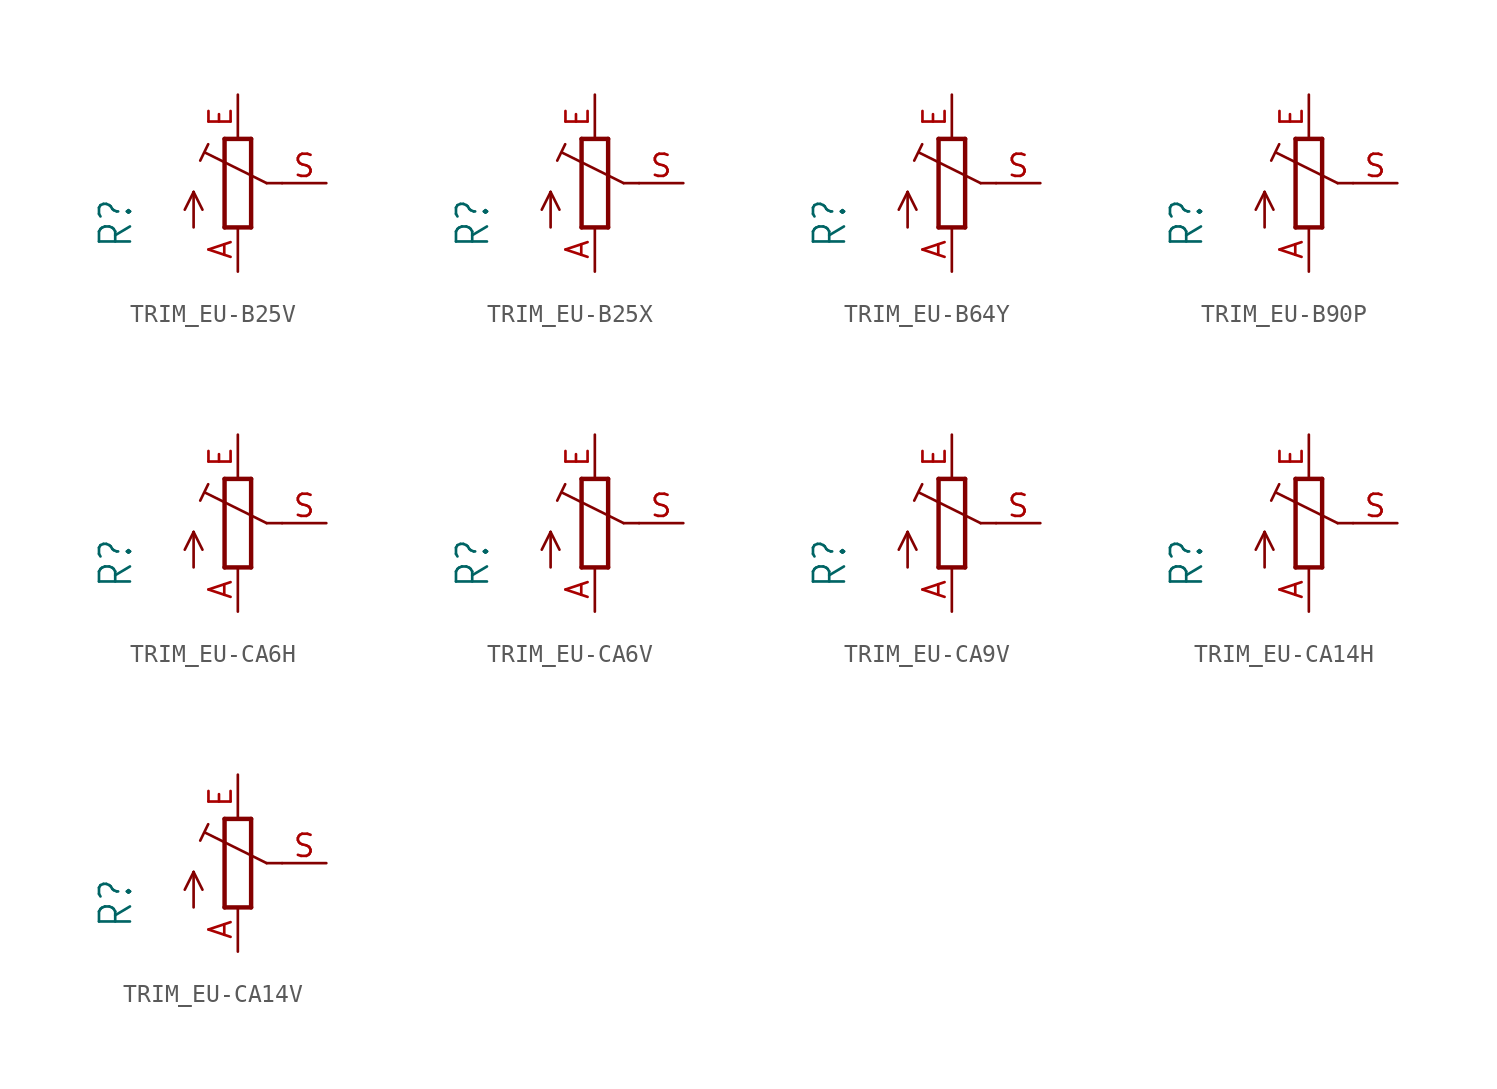
<source format=kicad_sym>
(kicad_symbol_lib
  (version 20231120)
  (generator "kicad_symbol_editor")
  (generator_version "8.0")
  (symbol "TRIM_EU-B25V"
    (property "Reference" "R"
      (at -5.969 -3.81 90)
      (effects (font (size 1.778 1.511)) (justify left bottom)))
    (property "Value" ""
      (at -3.81 -3.81 90)
      (effects (font (size 1.778 1.511)) (justify left bottom)))
    (property "ki_locked" ""
      (at 0 0 0)
      (effects (font (size 1.27 1.27))))
    (symbol "TRIM_EU-B25V_1_0"
      (polyline (pts (xy -2.54 -2.54) (xy -2.54 -0.508)) (stroke (width 0.152) (type solid)) (fill (type none)))
      (polyline (pts (xy -2.54 -0.508) (xy -3.048 -1.524)) (stroke (width 0.152) (type solid)) (fill (type none)))
      (polyline (pts (xy -2.54 -0.508) (xy -2.032 -1.524)) (stroke (width 0.152) (type solid)) (fill (type none)))
      (polyline (pts (xy -2.16 1.294) (xy -1.702 2.235)) (stroke (width 0.152) (type solid)) (fill (type none)))
      (polyline (pts (xy -0.762 -2.54) (xy 0.762 -2.54)) (stroke (width 0.254) (type solid)) (fill (type none)))
      (polyline (pts (xy -0.762 2.54) (xy -0.762 -2.54)) (stroke (width 0.254) (type solid)) (fill (type none)))
      (polyline (pts (xy 0.762 -2.54) (xy 0.762 2.54)) (stroke (width 0.254) (type solid)) (fill (type none)))
      (polyline (pts (xy 0.762 2.54) (xy -0.762 2.54)) (stroke (width 0.254) (type solid)) (fill (type none)))
      (polyline (pts (xy 1.651 0) (xy -1.88 1.753)) (stroke (width 0.152) (type solid)) (fill (type none)))
      (polyline (pts (xy 2.54 0) (xy 1.651 0)) (stroke (width 0.152) (type solid)) (fill (type none)))
      (pin passive line (at 0 -5.08 90) (length 2.54) (name "A" (effects (font (size 0 0)))) (number "A" (effects (font (size 1.27 1.27)))))
      (pin passive line (at 0 5.08 270) (length 2.54) (name "E" (effects (font (size 0 0)))) (number "E" (effects (font (size 1.27 1.27)))))
      (pin passive line (at 5.08 0 180) (length 2.54) (name "S" (effects (font (size 0 0)))) (number "S" (effects (font (size 1.27 1.27)))))))
  (symbol "TRIM_EU-B25X"
    (property "Reference" "R"
      (at -5.969 -3.81 90)
      (effects (font (size 1.778 1.511)) (justify left bottom)))
    (property "Value" ""
      (at -3.81 -3.81 90)
      (effects (font (size 1.778 1.511)) (justify left bottom)))
    (property "ki_locked" ""
      (at 0 0 0)
      (effects (font (size 1.27 1.27))))
    (symbol "TRIM_EU-B25X_1_0"
      (polyline (pts (xy -2.54 -2.54) (xy -2.54 -0.508)) (stroke (width 0.152) (type solid)) (fill (type none)))
      (polyline (pts (xy -2.54 -0.508) (xy -3.048 -1.524)) (stroke (width 0.152) (type solid)) (fill (type none)))
      (polyline (pts (xy -2.54 -0.508) (xy -2.032 -1.524)) (stroke (width 0.152) (type solid)) (fill (type none)))
      (polyline (pts (xy -2.16 1.294) (xy -1.702 2.235)) (stroke (width 0.152) (type solid)) (fill (type none)))
      (polyline (pts (xy -0.762 -2.54) (xy 0.762 -2.54)) (stroke (width 0.254) (type solid)) (fill (type none)))
      (polyline (pts (xy -0.762 2.54) (xy -0.762 -2.54)) (stroke (width 0.254) (type solid)) (fill (type none)))
      (polyline (pts (xy 0.762 -2.54) (xy 0.762 2.54)) (stroke (width 0.254) (type solid)) (fill (type none)))
      (polyline (pts (xy 0.762 2.54) (xy -0.762 2.54)) (stroke (width 0.254) (type solid)) (fill (type none)))
      (polyline (pts (xy 1.651 0) (xy -1.88 1.753)) (stroke (width 0.152) (type solid)) (fill (type none)))
      (polyline (pts (xy 2.54 0) (xy 1.651 0)) (stroke (width 0.152) (type solid)) (fill (type none)))
      (pin passive line (at 0 -5.08 90) (length 2.54) (name "A" (effects (font (size 0 0)))) (number "A" (effects (font (size 1.27 1.27)))))
      (pin passive line (at 0 5.08 270) (length 2.54) (name "E" (effects (font (size 0 0)))) (number "E" (effects (font (size 1.27 1.27)))))
      (pin passive line (at 5.08 0 180) (length 2.54) (name "S" (effects (font (size 0 0)))) (number "S" (effects (font (size 1.27 1.27)))))))
  (symbol "TRIM_EU-B64Y"
    (property "Reference" "R"
      (at -5.969 -3.81 90)
      (effects (font (size 1.778 1.511)) (justify left bottom)))
    (property "Value" ""
      (at -3.81 -3.81 90)
      (effects (font (size 1.778 1.511)) (justify left bottom)))
    (property "ki_locked" ""
      (at 0 0 0)
      (effects (font (size 1.27 1.27))))
    (symbol "TRIM_EU-B64Y_1_0"
      (polyline (pts (xy -2.54 -2.54) (xy -2.54 -0.508)) (stroke (width 0.152) (type solid)) (fill (type none)))
      (polyline (pts (xy -2.54 -0.508) (xy -3.048 -1.524)) (stroke (width 0.152) (type solid)) (fill (type none)))
      (polyline (pts (xy -2.54 -0.508) (xy -2.032 -1.524)) (stroke (width 0.152) (type solid)) (fill (type none)))
      (polyline (pts (xy -2.16 1.294) (xy -1.702 2.235)) (stroke (width 0.152) (type solid)) (fill (type none)))
      (polyline (pts (xy -0.762 -2.54) (xy 0.762 -2.54)) (stroke (width 0.254) (type solid)) (fill (type none)))
      (polyline (pts (xy -0.762 2.54) (xy -0.762 -2.54)) (stroke (width 0.254) (type solid)) (fill (type none)))
      (polyline (pts (xy 0.762 -2.54) (xy 0.762 2.54)) (stroke (width 0.254) (type solid)) (fill (type none)))
      (polyline (pts (xy 0.762 2.54) (xy -0.762 2.54)) (stroke (width 0.254) (type solid)) (fill (type none)))
      (polyline (pts (xy 1.651 0) (xy -1.88 1.753)) (stroke (width 0.152) (type solid)) (fill (type none)))
      (polyline (pts (xy 2.54 0) (xy 1.651 0)) (stroke (width 0.152) (type solid)) (fill (type none)))
      (pin passive line (at 0 -5.08 90) (length 2.54) (name "A" (effects (font (size 0 0)))) (number "A" (effects (font (size 1.27 1.27)))))
      (pin passive line (at 0 5.08 270) (length 2.54) (name "E" (effects (font (size 0 0)))) (number "E" (effects (font (size 1.27 1.27)))))
      (pin passive line (at 5.08 0 180) (length 2.54) (name "S" (effects (font (size 0 0)))) (number "S" (effects (font (size 1.27 1.27)))))))
  (symbol "TRIM_EU-B90P"
    (property "Reference" "R"
      (at -5.969 -3.81 90)
      (effects (font (size 1.778 1.511)) (justify left bottom)))
    (property "Value" ""
      (at -3.81 -3.81 90)
      (effects (font (size 1.778 1.511)) (justify left bottom)))
    (property "ki_locked" ""
      (at 0 0 0)
      (effects (font (size 1.27 1.27))))
    (symbol "TRIM_EU-B90P_1_0"
      (polyline (pts (xy -2.54 -2.54) (xy -2.54 -0.508)) (stroke (width 0.152) (type solid)) (fill (type none)))
      (polyline (pts (xy -2.54 -0.508) (xy -3.048 -1.524)) (stroke (width 0.152) (type solid)) (fill (type none)))
      (polyline (pts (xy -2.54 -0.508) (xy -2.032 -1.524)) (stroke (width 0.152) (type solid)) (fill (type none)))
      (polyline (pts (xy -2.16 1.294) (xy -1.702 2.235)) (stroke (width 0.152) (type solid)) (fill (type none)))
      (polyline (pts (xy -0.762 -2.54) (xy 0.762 -2.54)) (stroke (width 0.254) (type solid)) (fill (type none)))
      (polyline (pts (xy -0.762 2.54) (xy -0.762 -2.54)) (stroke (width 0.254) (type solid)) (fill (type none)))
      (polyline (pts (xy 0.762 -2.54) (xy 0.762 2.54)) (stroke (width 0.254) (type solid)) (fill (type none)))
      (polyline (pts (xy 0.762 2.54) (xy -0.762 2.54)) (stroke (width 0.254) (type solid)) (fill (type none)))
      (polyline (pts (xy 1.651 0) (xy -1.88 1.753)) (stroke (width 0.152) (type solid)) (fill (type none)))
      (polyline (pts (xy 2.54 0) (xy 1.651 0)) (stroke (width 0.152) (type solid)) (fill (type none)))
      (pin passive line (at 0 -5.08 90) (length 2.54) (name "A" (effects (font (size 0 0)))) (number "A" (effects (font (size 1.27 1.27)))))
      (pin passive line (at 0 5.08 270) (length 2.54) (name "E" (effects (font (size 0 0)))) (number "E" (effects (font (size 1.27 1.27)))))
      (pin passive line (at 5.08 0 180) (length 2.54) (name "S" (effects (font (size 0 0)))) (number "S" (effects (font (size 1.27 1.27)))))))
  (symbol "TRIM_EU-CA6H"
    (property "Reference" "R"
      (at -5.969 -3.81 90)
      (effects (font (size 1.778 1.511)) (justify left bottom)))
    (property "Value" ""
      (at -3.81 -3.81 90)
      (effects (font (size 1.778 1.511)) (justify left bottom)))
    (property "ki_locked" ""
      (at 0 0 0)
      (effects (font (size 1.27 1.27))))
    (symbol "TRIM_EU-CA6H_1_0"
      (polyline (pts (xy -2.54 -2.54) (xy -2.54 -0.508)) (stroke (width 0.152) (type solid)) (fill (type none)))
      (polyline (pts (xy -2.54 -0.508) (xy -3.048 -1.524)) (stroke (width 0.152) (type solid)) (fill (type none)))
      (polyline (pts (xy -2.54 -0.508) (xy -2.032 -1.524)) (stroke (width 0.152) (type solid)) (fill (type none)))
      (polyline (pts (xy -2.16 1.294) (xy -1.702 2.235)) (stroke (width 0.152) (type solid)) (fill (type none)))
      (polyline (pts (xy -0.762 -2.54) (xy 0.762 -2.54)) (stroke (width 0.254) (type solid)) (fill (type none)))
      (polyline (pts (xy -0.762 2.54) (xy -0.762 -2.54)) (stroke (width 0.254) (type solid)) (fill (type none)))
      (polyline (pts (xy 0.762 -2.54) (xy 0.762 2.54)) (stroke (width 0.254) (type solid)) (fill (type none)))
      (polyline (pts (xy 0.762 2.54) (xy -0.762 2.54)) (stroke (width 0.254) (type solid)) (fill (type none)))
      (polyline (pts (xy 1.651 0) (xy -1.88 1.753)) (stroke (width 0.152) (type solid)) (fill (type none)))
      (polyline (pts (xy 2.54 0) (xy 1.651 0)) (stroke (width 0.152) (type solid)) (fill (type none)))
      (pin passive line (at 0 -5.08 90) (length 2.54) (name "A" (effects (font (size 0 0)))) (number "A" (effects (font (size 1.27 1.27)))))
      (pin passive line (at 0 5.08 270) (length 2.54) (name "E" (effects (font (size 0 0)))) (number "E" (effects (font (size 1.27 1.27)))))
      (pin passive line (at 5.08 0 180) (length 2.54) (name "S" (effects (font (size 0 0)))) (number "S" (effects (font (size 1.27 1.27)))))))
  (symbol "TRIM_EU-CA6V"
    (property "Reference" "R"
      (at -5.969 -3.81 90)
      (effects (font (size 1.778 1.511)) (justify left bottom)))
    (property "Value" ""
      (at -3.81 -3.81 90)
      (effects (font (size 1.778 1.511)) (justify left bottom)))
    (property "ki_locked" ""
      (at 0 0 0)
      (effects (font (size 1.27 1.27))))
    (symbol "TRIM_EU-CA6V_1_0"
      (polyline (pts (xy -2.54 -2.54) (xy -2.54 -0.508)) (stroke (width 0.152) (type solid)) (fill (type none)))
      (polyline (pts (xy -2.54 -0.508) (xy -3.048 -1.524)) (stroke (width 0.152) (type solid)) (fill (type none)))
      (polyline (pts (xy -2.54 -0.508) (xy -2.032 -1.524)) (stroke (width 0.152) (type solid)) (fill (type none)))
      (polyline (pts (xy -2.16 1.294) (xy -1.702 2.235)) (stroke (width 0.152) (type solid)) (fill (type none)))
      (polyline (pts (xy -0.762 -2.54) (xy 0.762 -2.54)) (stroke (width 0.254) (type solid)) (fill (type none)))
      (polyline (pts (xy -0.762 2.54) (xy -0.762 -2.54)) (stroke (width 0.254) (type solid)) (fill (type none)))
      (polyline (pts (xy 0.762 -2.54) (xy 0.762 2.54)) (stroke (width 0.254) (type solid)) (fill (type none)))
      (polyline (pts (xy 0.762 2.54) (xy -0.762 2.54)) (stroke (width 0.254) (type solid)) (fill (type none)))
      (polyline (pts (xy 1.651 0) (xy -1.88 1.753)) (stroke (width 0.152) (type solid)) (fill (type none)))
      (polyline (pts (xy 2.54 0) (xy 1.651 0)) (stroke (width 0.152) (type solid)) (fill (type none)))
      (pin passive line (at 0 -5.08 90) (length 2.54) (name "A" (effects (font (size 0 0)))) (number "A" (effects (font (size 1.27 1.27)))))
      (pin passive line (at 0 5.08 270) (length 2.54) (name "E" (effects (font (size 0 0)))) (number "E" (effects (font (size 1.27 1.27)))))
      (pin passive line (at 5.08 0 180) (length 2.54) (name "S" (effects (font (size 0 0)))) (number "S" (effects (font (size 1.27 1.27)))))))
  (symbol "TRIM_EU-CA9V"
    (property "Reference" "R"
      (at -5.969 -3.81 90)
      (effects (font (size 1.778 1.511)) (justify left bottom)))
    (property "Value" ""
      (at -3.81 -3.81 90)
      (effects (font (size 1.778 1.511)) (justify left bottom)))
    (property "ki_locked" ""
      (at 0 0 0)
      (effects (font (size 1.27 1.27))))
    (symbol "TRIM_EU-CA9V_1_0"
      (polyline (pts (xy -2.54 -2.54) (xy -2.54 -0.508)) (stroke (width 0.152) (type solid)) (fill (type none)))
      (polyline (pts (xy -2.54 -0.508) (xy -3.048 -1.524)) (stroke (width 0.152) (type solid)) (fill (type none)))
      (polyline (pts (xy -2.54 -0.508) (xy -2.032 -1.524)) (stroke (width 0.152) (type solid)) (fill (type none)))
      (polyline (pts (xy -2.16 1.294) (xy -1.702 2.235)) (stroke (width 0.152) (type solid)) (fill (type none)))
      (polyline (pts (xy -0.762 -2.54) (xy 0.762 -2.54)) (stroke (width 0.254) (type solid)) (fill (type none)))
      (polyline (pts (xy -0.762 2.54) (xy -0.762 -2.54)) (stroke (width 0.254) (type solid)) (fill (type none)))
      (polyline (pts (xy 0.762 -2.54) (xy 0.762 2.54)) (stroke (width 0.254) (type solid)) (fill (type none)))
      (polyline (pts (xy 0.762 2.54) (xy -0.762 2.54)) (stroke (width 0.254) (type solid)) (fill (type none)))
      (polyline (pts (xy 1.651 0) (xy -1.88 1.753)) (stroke (width 0.152) (type solid)) (fill (type none)))
      (polyline (pts (xy 2.54 0) (xy 1.651 0)) (stroke (width 0.152) (type solid)) (fill (type none)))
      (pin passive line (at 0 -5.08 90) (length 2.54) (name "A" (effects (font (size 0 0)))) (number "A" (effects (font (size 1.27 1.27)))))
      (pin passive line (at 0 5.08 270) (length 2.54) (name "E" (effects (font (size 0 0)))) (number "E" (effects (font (size 1.27 1.27)))))
      (pin passive line (at 5.08 0 180) (length 2.54) (name "S" (effects (font (size 0 0)))) (number "S" (effects (font (size 1.27 1.27)))))))
  (symbol "TRIM_EU-CA14H"
    (property "Reference" "R"
      (at -5.969 -3.81 90)
      (effects (font (size 1.778 1.511)) (justify left bottom)))
    (property "Value" ""
      (at -3.81 -3.81 90)
      (effects (font (size 1.778 1.511)) (justify left bottom)))
    (property "ki_locked" ""
      (at 0 0 0)
      (effects (font (size 1.27 1.27))))
    (symbol "TRIM_EU-CA14H_1_0"
      (polyline (pts (xy -2.54 -2.54) (xy -2.54 -0.508)) (stroke (width 0.152) (type solid)) (fill (type none)))
      (polyline (pts (xy -2.54 -0.508) (xy -3.048 -1.524)) (stroke (width 0.152) (type solid)) (fill (type none)))
      (polyline (pts (xy -2.54 -0.508) (xy -2.032 -1.524)) (stroke (width 0.152) (type solid)) (fill (type none)))
      (polyline (pts (xy -2.16 1.294) (xy -1.702 2.235)) (stroke (width 0.152) (type solid)) (fill (type none)))
      (polyline (pts (xy -0.762 -2.54) (xy 0.762 -2.54)) (stroke (width 0.254) (type solid)) (fill (type none)))
      (polyline (pts (xy -0.762 2.54) (xy -0.762 -2.54)) (stroke (width 0.254) (type solid)) (fill (type none)))
      (polyline (pts (xy 0.762 -2.54) (xy 0.762 2.54)) (stroke (width 0.254) (type solid)) (fill (type none)))
      (polyline (pts (xy 0.762 2.54) (xy -0.762 2.54)) (stroke (width 0.254) (type solid)) (fill (type none)))
      (polyline (pts (xy 1.651 0) (xy -1.88 1.753)) (stroke (width 0.152) (type solid)) (fill (type none)))
      (polyline (pts (xy 2.54 0) (xy 1.651 0)) (stroke (width 0.152) (type solid)) (fill (type none)))
      (pin passive line (at 0 -5.08 90) (length 2.54) (name "A" (effects (font (size 0 0)))) (number "A" (effects (font (size 1.27 1.27)))))
      (pin passive line (at 0 5.08 270) (length 2.54) (name "E" (effects (font (size 0 0)))) (number "E" (effects (font (size 1.27 1.27)))))
      (pin passive line (at 5.08 0 180) (length 2.54) (name "S" (effects (font (size 0 0)))) (number "S" (effects (font (size 1.27 1.27)))))))
  (symbol "TRIM_EU-CA14V"
    (property "Reference" "R"
      (at -5.969 -3.81 90)
      (effects (font (size 1.778 1.511)) (justify left bottom)))
    (property "Value" ""
      (at -3.81 -3.81 90)
      (effects (font (size 1.778 1.511)) (justify left bottom)))
    (property "ki_locked" ""
      (at 0 0 0)
      (effects (font (size 1.27 1.27))))
    (symbol "TRIM_EU-CA14V_1_0"
      (polyline (pts (xy -2.54 -2.54) (xy -2.54 -0.508)) (stroke (width 0.152) (type solid)) (fill (type none)))
      (polyline (pts (xy -2.54 -0.508) (xy -3.048 -1.524)) (stroke (width 0.152) (type solid)) (fill (type none)))
      (polyline (pts (xy -2.54 -0.508) (xy -2.032 -1.524)) (stroke (width 0.152) (type solid)) (fill (type none)))
      (polyline (pts (xy -2.16 1.294) (xy -1.702 2.235)) (stroke (width 0.152) (type solid)) (fill (type none)))
      (polyline (pts (xy -0.762 -2.54) (xy 0.762 -2.54)) (stroke (width 0.254) (type solid)) (fill (type none)))
      (polyline (pts (xy -0.762 2.54) (xy -0.762 -2.54)) (stroke (width 0.254) (type solid)) (fill (type none)))
      (polyline (pts (xy 0.762 -2.54) (xy 0.762 2.54)) (stroke (width 0.254) (type solid)) (fill (type none)))
      (polyline (pts (xy 0.762 2.54) (xy -0.762 2.54)) (stroke (width 0.254) (type solid)) (fill (type none)))
      (polyline (pts (xy 1.651 0) (xy -1.88 1.753)) (stroke (width 0.152) (type solid)) (fill (type none)))
      (polyline (pts (xy 2.54 0) (xy 1.651 0)) (stroke (width 0.152) (type solid)) (fill (type none)))
      (pin passive line (at 0 -5.08 90) (length 2.54) (name "A" (effects (font (size 0 0)))) (number "A" (effects (font (size 1.27 1.27)))))
      (pin passive line (at 0 5.08 270) (length 2.54) (name "E" (effects (font (size 0 0)))) (number "E" (effects (font (size 1.27 1.27)))))
      (pin passive line (at 5.08 0 180) (length 2.54) (name "S" (effects (font (size 0 0)))) (number "S" (effects (font (size 1.27 1.27))))))))
</source>
